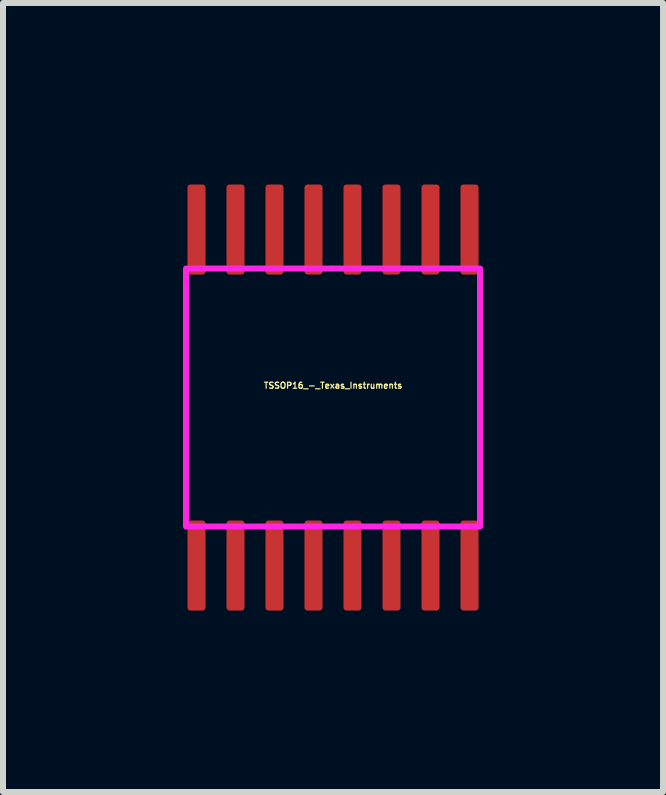
<source format=kicad_pcb>
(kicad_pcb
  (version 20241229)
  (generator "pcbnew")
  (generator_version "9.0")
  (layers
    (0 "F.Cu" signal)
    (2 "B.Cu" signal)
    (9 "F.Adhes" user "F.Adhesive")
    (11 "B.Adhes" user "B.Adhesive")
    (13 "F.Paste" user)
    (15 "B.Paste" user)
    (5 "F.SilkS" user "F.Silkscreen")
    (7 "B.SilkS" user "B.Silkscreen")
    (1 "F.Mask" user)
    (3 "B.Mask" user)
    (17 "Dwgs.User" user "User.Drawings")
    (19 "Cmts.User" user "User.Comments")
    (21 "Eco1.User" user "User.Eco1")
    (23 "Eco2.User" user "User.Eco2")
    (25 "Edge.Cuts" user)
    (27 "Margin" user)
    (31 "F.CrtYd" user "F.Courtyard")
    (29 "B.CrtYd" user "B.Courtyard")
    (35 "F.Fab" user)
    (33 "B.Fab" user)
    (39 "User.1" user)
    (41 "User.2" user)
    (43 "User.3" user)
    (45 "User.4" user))
  (footprint "TSSOP16_-_Texas_Instruments"
    (layer "F.Cu")
    (at 2.5 3.575)
    (property "Reference" "TSSOP16_-_Texas_Instruments" (at 0 -0.2 0) (layer "F.SilkS") (effects (font (size 0.1 0.1) (thickness 0.02))))
    (attr through_hole)
    (fp_poly (pts (xy -2.175 -2.1) (xy -2.175 -3.5) (xy -2.375 -3.5) (xy -2.375 -2.1)) (stroke (width 0.1) (type solid)) (fill yes) (layer "F.Cu"))
    (fp_poly (pts (xy -2.175 3.5) (xy -2.175 2.1) (xy -2.375 2.1) (xy -2.375 3.5)) (stroke (width 0.1) (type solid)) (fill yes) (layer "F.Cu"))
    (fp_poly (pts (xy -1.525 -2.1) (xy -1.525 -3.5) (xy -1.725 -3.5) (xy -1.725 -2.1)) (stroke (width 0.1) (type solid)) (fill yes) (layer "F.Cu"))
    (fp_poly (pts (xy -1.525 3.5) (xy -1.525 2.1) (xy -1.725 2.1) (xy -1.725 3.5)) (stroke (width 0.1) (type solid)) (fill yes) (layer "F.Cu"))
    (fp_poly (pts (xy -0.875 -2.1) (xy -0.875 -3.5) (xy -1.075 -3.5) (xy -1.075 -2.1)) (stroke (width 0.1) (type solid)) (fill yes) (layer "F.Cu"))
    (fp_poly (pts (xy -0.875 3.5) (xy -0.875 2.1) (xy -1.075 2.1) (xy -1.075 3.5)) (stroke (width 0.1) (type solid)) (fill yes) (layer "F.Cu"))
    (fp_poly (pts (xy -0.225 -2.1) (xy -0.225 -3.5) (xy -0.425 -3.5) (xy -0.425 -2.1)) (stroke (width 0.1) (type solid)) (fill yes) (layer "F.Cu"))
    (fp_poly (pts (xy -0.225 3.5) (xy -0.225 2.1) (xy -0.425 2.1) (xy -0.425 3.5)) (stroke (width 0.1) (type solid)) (fill yes) (layer "F.Cu"))
    (fp_poly (pts (xy 0.425 -2.1) (xy 0.425 -3.5) (xy 0.225 -3.5) (xy 0.225 -2.1)) (stroke (width 0.1) (type solid)) (fill yes) (layer "F.Cu"))
    (fp_poly (pts (xy 0.425 3.5) (xy 0.425 2.1) (xy 0.225 2.1) (xy 0.225 3.5)) (stroke (width 0.1) (type solid)) (fill yes) (layer "F.Cu"))
    (fp_poly (pts (xy 1.075 -2.1) (xy 1.075 -3.5) (xy 0.875 -3.5) (xy 0.875 -2.1)) (stroke (width 0.1) (type solid)) (fill yes) (layer "F.Cu"))
    (fp_poly (pts (xy 1.075 3.5) (xy 1.075 2.1) (xy 0.875 2.1) (xy 0.875 3.5)) (stroke (width 0.1) (type solid)) (fill yes) (layer "F.Cu"))
    (fp_poly (pts (xy 1.725 -2.1) (xy 1.725 -3.5) (xy 1.525 -3.5) (xy 1.525 -2.1)) (stroke (width 0.1) (type solid)) (fill yes) (layer "F.Cu"))
    (fp_poly (pts (xy 1.725 3.5) (xy 1.725 2.1) (xy 1.525 2.1) (xy 1.525 3.5)) (stroke (width 0.1) (type solid)) (fill yes) (layer "F.Cu"))
    (fp_poly (pts (xy 2.375 -2.1) (xy 2.375 -3.5) (xy 2.175 -3.5) (xy 2.175 -2.1)) (stroke (width 0.1) (type solid)) (fill yes) (layer "F.Cu"))
    (fp_poly (pts (xy 2.375 3.5) (xy 2.375 2.1) (xy 2.175 2.1) (xy 2.175 3.5)) (stroke (width 0.1) (type solid)) (fill yes) (layer "F.Cu"))
    (fp_poly (pts (xy -2.175 -2.1) (xy -2.175 -3.5) (xy -2.375 -3.5) (xy -2.375 -2.1)) (stroke (width 0.15) (type solid)) (fill yes) (layer "F.Mask"))
    (fp_poly (pts (xy -2.175 3.5) (xy -2.175 2.1) (xy -2.375 2.1) (xy -2.375 3.5)) (stroke (width 0.15) (type solid)) (fill yes) (layer "F.Mask"))
    (fp_poly (pts (xy -1.525 -2.1) (xy -1.525 -3.5) (xy -1.725 -3.5) (xy -1.725 -2.1)) (stroke (width 0.15) (type solid)) (fill yes) (layer "F.Mask"))
    (fp_poly (pts (xy -1.525 3.5) (xy -1.525 2.1) (xy -1.725 2.1) (xy -1.725 3.5)) (stroke (width 0.15) (type solid)) (fill yes) (layer "F.Mask"))
    (fp_poly (pts (xy -0.875 -2.1) (xy -0.875 -3.5) (xy -1.075 -3.5) (xy -1.075 -2.1)) (stroke (width 0.15) (type solid)) (fill yes) (layer "F.Mask"))
    (fp_poly (pts (xy -0.875 3.5) (xy -0.875 2.1) (xy -1.075 2.1) (xy -1.075 3.5)) (stroke (width 0.15) (type solid)) (fill yes) (layer "F.Mask"))
    (fp_poly (pts (xy -0.225 -2.1) (xy -0.225 -3.5) (xy -0.425 -3.5) (xy -0.425 -2.1)) (stroke (width 0.15) (type solid)) (fill yes) (layer "F.Mask"))
    (fp_poly (pts (xy -0.225 3.5) (xy -0.225 2.1) (xy -0.425 2.1) (xy -0.425 3.5)) (stroke (width 0.15) (type solid)) (fill yes) (layer "F.Mask"))
    (fp_poly (pts (xy 0.425 -2.1) (xy 0.425 -3.5) (xy 0.225 -3.5) (xy 0.225 -2.1)) (stroke (width 0.15) (type solid)) (fill yes) (layer "F.Mask"))
    (fp_poly (pts (xy 0.425 3.5) (xy 0.425 2.1) (xy 0.225 2.1) (xy 0.225 3.5)) (stroke (width 0.15) (type solid)) (fill yes) (layer "F.Mask"))
    (fp_poly (pts (xy 1.075 -2.1) (xy 1.075 -3.5) (xy 0.875 -3.5) (xy 0.875 -2.1)) (stroke (width 0.15) (type solid)) (fill yes) (layer "F.Mask"))
    (fp_poly (pts (xy 1.075 3.5) (xy 1.075 2.1) (xy 0.875 2.1) (xy 0.875 3.5)) (stroke (width 0.15) (type solid)) (fill yes) (layer "F.Mask"))
    (fp_poly (pts (xy 1.725 -2.1) (xy 1.725 -3.5) (xy 1.525 -3.5) (xy 1.525 -2.1)) (stroke (width 0.15) (type solid)) (fill yes) (layer "F.Mask"))
    (fp_poly (pts (xy 1.725 3.5) (xy 1.725 2.1) (xy 1.525 2.1) (xy 1.525 3.5)) (stroke (width 0.15) (type solid)) (fill yes) (layer "F.Mask"))
    (fp_poly (pts (xy 2.375 -2.1) (xy 2.375 -3.5) (xy 2.175 -3.5) (xy 2.175 -2.1)) (stroke (width 0.15) (type solid)) (fill yes) (layer "F.Mask"))
    (fp_poly (pts (xy 2.375 3.5) (xy 2.375 2.1) (xy 2.175 2.1) (xy 2.175 3.5)) (stroke (width 0.15) (type solid)) (fill yes) (layer "F.Mask"))
    (fp_poly (pts (xy -2.175 -2.1) (xy -2.175 -3.5) (xy -2.375 -3.5) (xy -2.375 -2.1)) (stroke (width 0.1) (type solid)) (fill yes) (layer "F.Paste"))
    (fp_poly (pts (xy -2.175 3.5) (xy -2.175 2.1) (xy -2.375 2.1) (xy -2.375 3.5)) (stroke (width 0.1) (type solid)) (fill yes) (layer "F.Paste"))
    (fp_poly (pts (xy -1.525 -2.1) (xy -1.525 -3.5) (xy -1.725 -3.5) (xy -1.725 -2.1)) (stroke (width 0.1) (type solid)) (fill yes) (layer "F.Paste"))
    (fp_poly (pts (xy -1.525 3.5) (xy -1.525 2.1) (xy -1.725 2.1) (xy -1.725 3.5)) (stroke (width 0.1) (type solid)) (fill yes) (layer "F.Paste"))
    (fp_poly (pts (xy -0.875 -2.1) (xy -0.875 -3.5) (xy -1.075 -3.5) (xy -1.075 -2.1)) (stroke (width 0.1) (type solid)) (fill yes) (layer "F.Paste"))
    (fp_poly (pts (xy -0.875 3.5) (xy -0.875 2.1) (xy -1.075 2.1) (xy -1.075 3.5)) (stroke (width 0.1) (type solid)) (fill yes) (layer "F.Paste"))
    (fp_poly (pts (xy -0.225 -2.1) (xy -0.225 -3.5) (xy -0.425 -3.5) (xy -0.425 -2.1)) (stroke (width 0.1) (type solid)) (fill yes) (layer "F.Paste"))
    (fp_poly (pts (xy -0.225 3.5) (xy -0.225 2.1) (xy -0.425 2.1) (xy -0.425 3.5)) (stroke (width 0.1) (type solid)) (fill yes) (layer "F.Paste"))
    (fp_poly (pts (xy 0.425 -2.1) (xy 0.425 -3.5) (xy 0.225 -3.5) (xy 0.225 -2.1)) (stroke (width 0.1) (type solid)) (fill yes) (layer "F.Paste"))
    (fp_poly (pts (xy 0.425 3.5) (xy 0.425 2.1) (xy 0.225 2.1) (xy 0.225 3.5)) (stroke (width 0.1) (type solid)) (fill yes) (layer "F.Paste"))
    (fp_poly (pts (xy 1.075 -2.1) (xy 1.075 -3.5) (xy 0.875 -3.5) (xy 0.875 -2.1)) (stroke (width 0.1) (type solid)) (fill yes) (layer "F.Paste"))
    (fp_poly (pts (xy 1.075 3.5) (xy 1.075 2.1) (xy 0.875 2.1) (xy 0.875 3.5)) (stroke (width 0.1) (type solid)) (fill yes) (layer "F.Paste"))
    (fp_poly (pts (xy 1.725 -2.1) (xy 1.725 -3.5) (xy 1.525 -3.5) (xy 1.525 -2.1)) (stroke (width 0.1) (type solid)) (fill yes) (layer "F.Paste"))
    (fp_poly (pts (xy 1.725 3.5) (xy 1.725 2.1) (xy 1.525 2.1) (xy 1.525 3.5)) (stroke (width 0.1) (type solid)) (fill yes) (layer "F.Paste"))
    (fp_poly (pts (xy 2.375 -2.1) (xy 2.375 -3.5) (xy 2.175 -3.5) (xy 2.175 -2.1)) (stroke (width 0.1) (type solid)) (fill yes) (layer "F.Paste"))
    (fp_poly (pts (xy 2.375 3.5) (xy 2.375 2.1) (xy 2.175 2.1) (xy 2.175 3.5)) (stroke (width 0.1) (type solid)) (fill yes) (layer "F.Paste"))
    (fp_poly (pts (xy -2.45 -2.15) (xy 2.45 -2.15) (xy 2.45 2.15) (xy -2.45 2.15)) (stroke (width 0.1) (type solid)) (fill no) (layer "F.CrtYd"))
    (pad "1" smd rect (at -2.275 2.8) (size 0.2 1.4) (layers "F.Cu"))
    (pad "2" smd rect (at -1.625 2.8) (size 0.2 1.4) (layers "F.Cu"))
    (pad "3" smd rect (at -0.975 2.8) (size 0.2 1.4) (layers "F.Cu"))
    (pad "4" smd rect (at -0.325 2.8) (size 0.2 1.4) (layers "F.Cu"))
    (pad "5" smd rect (at 0.325 2.8) (size 0.2 1.4) (layers "F.Cu"))
    (pad "6" smd rect (at 0.975 2.8) (size 0.2 1.4) (layers "F.Cu"))
    (pad "7" smd rect (at 1.625 2.8) (size 0.2 1.4) (layers "F.Cu"))
    (pad "8" smd rect (at 2.275 2.8) (size 0.2 1.4) (layers "F.Cu"))
    (pad "9" smd rect (at 2.275 -2.8) (size 0.2 1.4) (layers "F.Cu"))
    (pad "10" smd rect (at 1.625 -2.8) (size 0.2 1.4) (layers "F.Cu"))
    (pad "11" smd rect (at 0.975 -2.8) (size 0.2 1.4) (layers "F.Cu"))
    (pad "12" smd rect (at 0.325 -2.8) (size 0.2 1.4) (layers "F.Cu"))
    (pad "13" smd rect (at -0.325 -2.8) (size 0.2 1.4) (layers "F.Cu"))
    (pad "14" smd rect (at -0.975 -2.8) (size 0.2 1.4) (layers "F.Cu"))
    (pad "15" smd rect (at -1.625 -2.8) (size 0.2 1.4) (layers "F.Cu"))
    (pad "16" smd rect (at -2.275 -2.8) (size 0.2 1.4) (layers "F.Cu")))
  (gr_rect
    (start -3 -3)
    (end 8 10.15)
    (stroke (width 0.1) (type default))
    (fill no)
    (layer "Edge.Cuts")))
</source>
